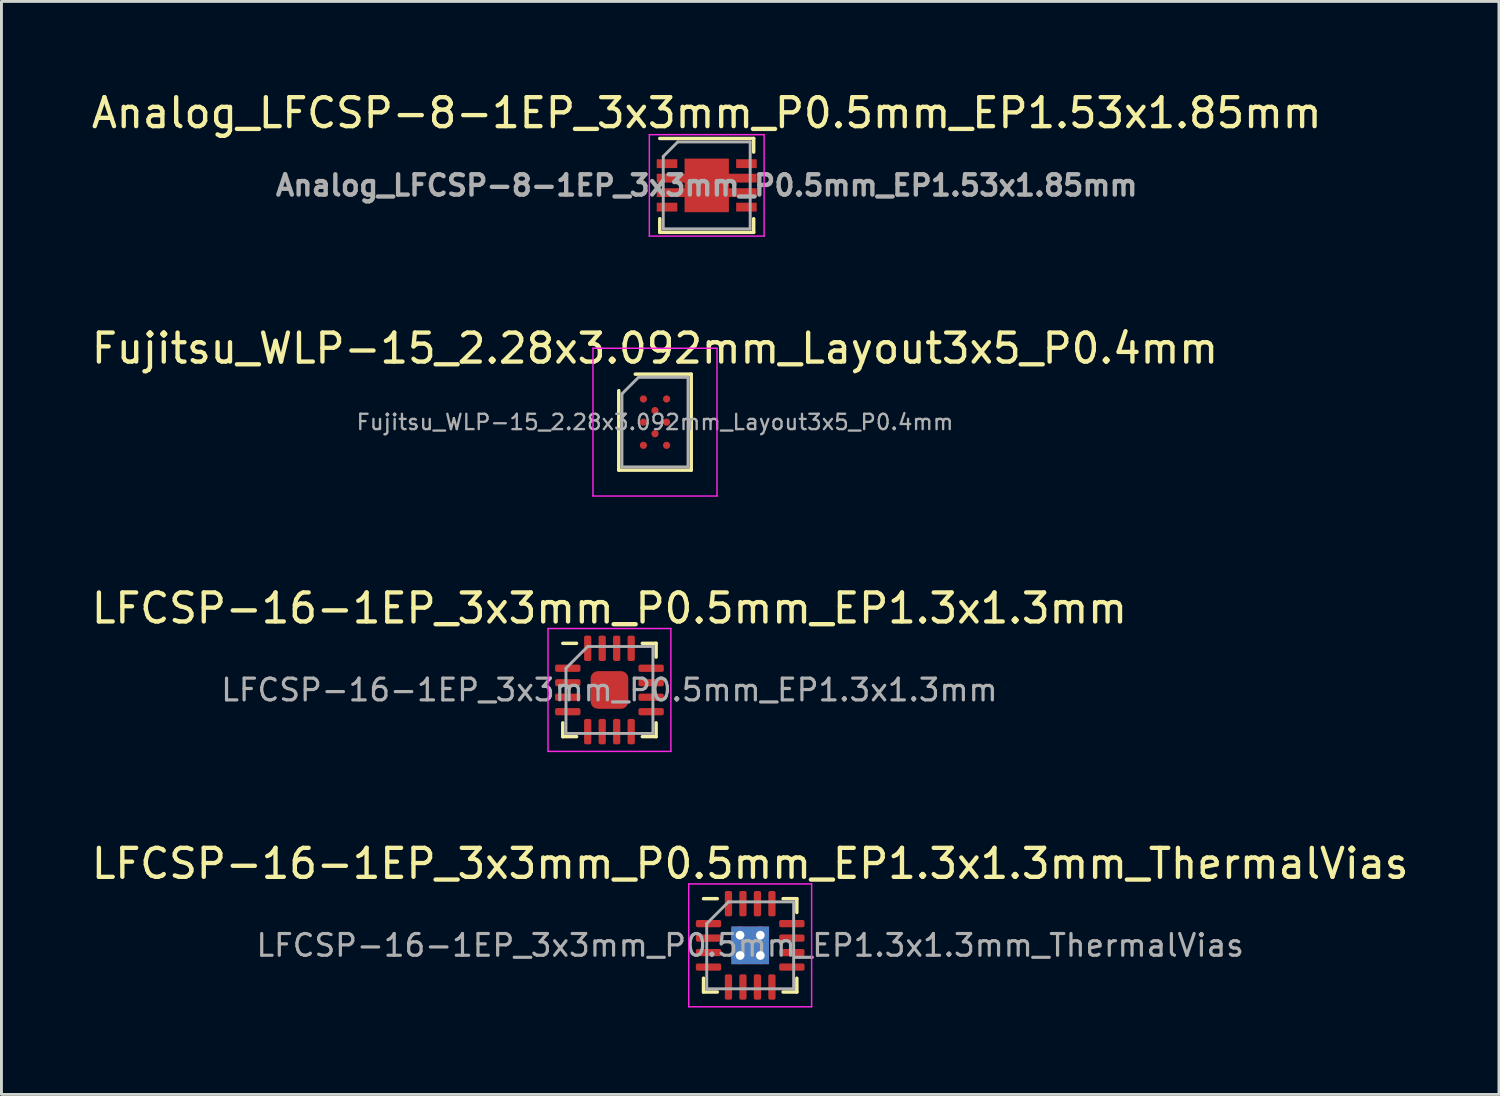
<source format=kicad_pcb>
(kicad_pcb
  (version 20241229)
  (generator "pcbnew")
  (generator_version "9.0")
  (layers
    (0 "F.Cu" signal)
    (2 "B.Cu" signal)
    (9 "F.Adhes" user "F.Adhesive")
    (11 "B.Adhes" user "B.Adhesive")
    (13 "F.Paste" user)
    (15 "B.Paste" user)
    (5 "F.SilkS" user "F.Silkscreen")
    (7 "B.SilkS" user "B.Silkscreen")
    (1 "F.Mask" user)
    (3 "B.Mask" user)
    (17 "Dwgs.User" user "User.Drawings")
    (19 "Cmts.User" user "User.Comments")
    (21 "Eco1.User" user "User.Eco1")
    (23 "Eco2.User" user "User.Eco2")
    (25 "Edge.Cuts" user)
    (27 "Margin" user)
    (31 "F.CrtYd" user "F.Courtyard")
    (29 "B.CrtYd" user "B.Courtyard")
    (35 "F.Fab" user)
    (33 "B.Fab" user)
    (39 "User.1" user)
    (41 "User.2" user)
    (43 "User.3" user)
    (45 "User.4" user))
  (footprint "LFCSP-16-1EP_3x3mm_P0.5mm_EP1.3x1.3mm_ThermalVias"
    (layer "F.Cu")
    (at 22.839 29.574)
    (property "Reference" "LFCSP-16-1EP_3x3mm_P0.5mm_EP1.3x1.3mm_ThermalVias" (at 0 -2.82 0) (layer "F.SilkS") (effects (font (size 1 1) (thickness 0.15))))
    (attr smd)
    (fp_line (start -1.61 1.61) (end -1.61 1.135) (stroke (width 0.12) (type solid)) (layer "F.SilkS"))
    (fp_line (start -1.135 -1.61) (end -1.61 -1.61) (stroke (width 0.12) (type solid)) (layer "F.SilkS"))
    (fp_line (start -1.135 1.61) (end -1.61 1.61) (stroke (width 0.12) (type solid)) (layer "F.SilkS"))
    (fp_line (start 1.135 -1.61) (end 1.61 -1.61) (stroke (width 0.12) (type solid)) (layer "F.SilkS"))
    (fp_line (start 1.135 1.61) (end 1.61 1.61) (stroke (width 0.12) (type solid)) (layer "F.SilkS"))
    (fp_line (start 1.61 -1.61) (end 1.61 -1.135) (stroke (width 0.12) (type solid)) (layer "F.SilkS"))
    (fp_line (start 1.61 1.61) (end 1.61 1.135) (stroke (width 0.12) (type solid)) (layer "F.SilkS"))
    (fp_line (start -2.12 -2.12) (end -2.12 2.12) (stroke (width 0.05) (type solid)) (layer "F.CrtYd"))
    (fp_line (start -2.12 2.12) (end 2.12 2.12) (stroke (width 0.05) (type solid)) (layer "F.CrtYd"))
    (fp_line (start 2.12 -2.12) (end -2.12 -2.12) (stroke (width 0.05) (type solid)) (layer "F.CrtYd"))
    (fp_line (start 2.12 2.12) (end 2.12 -2.12) (stroke (width 0.05) (type solid)) (layer "F.CrtYd"))
    (fp_line (start -1.5 -0.75) (end -0.75 -1.5) (stroke (width 0.1) (type solid)) (layer "F.Fab"))
    (fp_line (start -1.5 1.5) (end -1.5 -0.75) (stroke (width 0.1) (type solid)) (layer "F.Fab"))
    (fp_line (start -0.75 -1.5) (end 1.5 -1.5) (stroke (width 0.1) (type solid)) (layer "F.Fab"))
    (fp_line (start 1.5 -1.5) (end 1.5 1.5) (stroke (width 0.1) (type solid)) (layer "F.Fab"))
    (fp_line (start 1.5 1.5) (end -1.5 1.5) (stroke (width 0.1) (type solid)) (layer "F.Fab"))
    (fp_text user "${REFERENCE}" (at 0 0 0) (layer "F.Fab") (effects (font (size 0.75 0.75) (thickness 0.11))))
    (pad "" smd roundrect (at -0.325 -0.325) (size 0.56 0.56) (layers "F.Paste") (roundrect_rratio 0.25))
    (pad "" smd roundrect (at -0.325 0.325) (size 0.56 0.56) (layers "F.Paste") (roundrect_rratio 0.25))
    (pad "" smd roundrect (at 0.325 -0.325) (size 0.56 0.56) (layers "F.Paste") (roundrect_rratio 0.25))
    (pad "" smd roundrect (at 0.325 0.325) (size 0.56 0.56) (layers "F.Paste") (roundrect_rratio 0.25))
    (pad "1" smd roundrect (at -1.438 -0.75) (size 0.875 0.25) (layers "F.Cu" "F.Mask" "F.Paste") (roundrect_rratio 0.25))
    (pad "2" smd roundrect (at -1.438 -0.25) (size 0.875 0.25) (layers "F.Cu" "F.Mask" "F.Paste") (roundrect_rratio 0.25))
    (pad "3" smd roundrect (at -1.438 0.25) (size 0.875 0.25) (layers "F.Cu" "F.Mask" "F.Paste") (roundrect_rratio 0.25))
    (pad "4" smd roundrect (at -1.438 0.75) (size 0.875 0.25) (layers "F.Cu" "F.Mask" "F.Paste") (roundrect_rratio 0.25))
    (pad "5" smd roundrect (at -0.75 1.438) (size 0.25 0.875) (layers "F.Cu" "F.Mask" "F.Paste") (roundrect_rratio 0.25))
    (pad "6" smd roundrect (at -0.25 1.438) (size 0.25 0.875) (layers "F.Cu" "F.Mask" "F.Paste") (roundrect_rratio 0.25))
    (pad "7" smd roundrect (at 0.25 1.438) (size 0.25 0.875) (layers "F.Cu" "F.Mask" "F.Paste") (roundrect_rratio 0.25))
    (pad "8" smd roundrect (at 0.75 1.438) (size 0.25 0.875) (layers "F.Cu" "F.Mask" "F.Paste") (roundrect_rratio 0.25))
    (pad "9" smd roundrect (at 1.438 0.75) (size 0.875 0.25) (layers "F.Cu" "F.Mask" "F.Paste") (roundrect_rratio 0.25))
    (pad "10" smd roundrect (at 1.438 0.25) (size 0.875 0.25) (layers "F.Cu" "F.Mask" "F.Paste") (roundrect_rratio 0.25))
    (pad "11" smd roundrect (at 1.438 -0.25) (size 0.875 0.25) (layers "F.Cu" "F.Mask" "F.Paste") (roundrect_rratio 0.25))
    (pad "12" smd roundrect (at 1.438 -0.75) (size 0.875 0.25) (layers "F.Cu" "F.Mask" "F.Paste") (roundrect_rratio 0.25))
    (pad "13" smd roundrect (at 0.75 -1.438) (size 0.25 0.875) (layers "F.Cu" "F.Mask" "F.Paste") (roundrect_rratio 0.25))
    (pad "14" smd roundrect (at 0.25 -1.438) (size 0.25 0.875) (layers "F.Cu" "F.Mask" "F.Paste") (roundrect_rratio 0.25))
    (pad "15" smd roundrect (at -0.25 -1.438) (size 0.25 0.875) (layers "F.Cu" "F.Mask" "F.Paste") (roundrect_rratio 0.25))
    (pad "16" smd roundrect (at -0.75 -1.438) (size 0.25 0.875) (layers "F.Cu" "F.Mask" "F.Paste") (roundrect_rratio 0.25))
    (pad "17" thru_hole circle (at -0.35 -0.35) (size 0.6 0.6) (drill 0.3) (layers "*.Cu"))
    (pad "17" thru_hole circle (at -0.35 0.35) (size 0.6 0.6) (drill 0.3) (layers "*.Cu"))
    (pad "17" smd rect (at 0 0) (size 1.3 1.3) (layers "F.Cu" "F.Mask"))
    (pad "17" smd rect (at 0 0) (size 1.3 1.3) (layers "B.Cu"))
    (pad "17" thru_hole circle (at 0.35 -0.35) (size 0.6 0.6) (drill 0.3) (layers "*.Cu"))
    (pad "17" thru_hole circle (at 0.35 0.35) (size 0.6 0.6) (drill 0.3) (layers "*.Cu")))
  (footprint "LFCSP-16-1EP_3x3mm_P0.5mm_EP1.3x1.3mm"
    (layer "F.Cu")
    (at 17.982 20.761)
    (property "Reference" "LFCSP-16-1EP_3x3mm_P0.5mm_EP1.3x1.3mm" (at 0 -2.82 0) (layer "F.SilkS") (effects (font (size 1 1) (thickness 0.15))))
    (attr smd)
    (fp_line (start -1.61 1.61) (end -1.61 1.135) (stroke (width 0.12) (type solid)) (layer "F.SilkS"))
    (fp_line (start -1.135 -1.61) (end -1.61 -1.61) (stroke (width 0.12) (type solid)) (layer "F.SilkS"))
    (fp_line (start -1.135 1.61) (end -1.61 1.61) (stroke (width 0.12) (type solid)) (layer "F.SilkS"))
    (fp_line (start 1.135 -1.61) (end 1.61 -1.61) (stroke (width 0.12) (type solid)) (layer "F.SilkS"))
    (fp_line (start 1.135 1.61) (end 1.61 1.61) (stroke (width 0.12) (type solid)) (layer "F.SilkS"))
    (fp_line (start 1.61 -1.61) (end 1.61 -1.135) (stroke (width 0.12) (type solid)) (layer "F.SilkS"))
    (fp_line (start 1.61 1.61) (end 1.61 1.135) (stroke (width 0.12) (type solid)) (layer "F.SilkS"))
    (fp_line (start -2.12 -2.12) (end -2.12 2.12) (stroke (width 0.05) (type solid)) (layer "F.CrtYd"))
    (fp_line (start -2.12 2.12) (end 2.12 2.12) (stroke (width 0.05) (type solid)) (layer "F.CrtYd"))
    (fp_line (start 2.12 -2.12) (end -2.12 -2.12) (stroke (width 0.05) (type solid)) (layer "F.CrtYd"))
    (fp_line (start 2.12 2.12) (end 2.12 -2.12) (stroke (width 0.05) (type solid)) (layer "F.CrtYd"))
    (fp_line (start -1.5 -0.75) (end -0.75 -1.5) (stroke (width 0.1) (type solid)) (layer "F.Fab"))
    (fp_line (start -1.5 1.5) (end -1.5 -0.75) (stroke (width 0.1) (type solid)) (layer "F.Fab"))
    (fp_line (start -0.75 -1.5) (end 1.5 -1.5) (stroke (width 0.1) (type solid)) (layer "F.Fab"))
    (fp_line (start 1.5 -1.5) (end 1.5 1.5) (stroke (width 0.1) (type solid)) (layer "F.Fab"))
    (fp_line (start 1.5 1.5) (end -1.5 1.5) (stroke (width 0.1) (type solid)) (layer "F.Fab"))
    (fp_text user "${REFERENCE}" (at 0 0 0) (layer "F.Fab") (effects (font (size 0.75 0.75) (thickness 0.11))))
    (pad "" smd roundrect (at -0.325 -0.325) (size 0.52 0.52) (layers "F.Paste") (roundrect_rratio 0.25))
    (pad "" smd roundrect (at -0.325 0.325) (size 0.52 0.52) (layers "F.Paste") (roundrect_rratio 0.25))
    (pad "" smd roundrect (at 0.325 -0.325) (size 0.52 0.52) (layers "F.Paste") (roundrect_rratio 0.25))
    (pad "" smd roundrect (at 0.325 0.325) (size 0.52 0.52) (layers "F.Paste") (roundrect_rratio 0.25))
    (pad "1" smd roundrect (at -1.438 -0.75) (size 0.875 0.25) (layers "F.Cu" "F.Mask" "F.Paste") (roundrect_rratio 0.25))
    (pad "2" smd roundrect (at -1.438 -0.25) (size 0.875 0.25) (layers "F.Cu" "F.Mask" "F.Paste") (roundrect_rratio 0.25))
    (pad "3" smd roundrect (at -1.438 0.25) (size 0.875 0.25) (layers "F.Cu" "F.Mask" "F.Paste") (roundrect_rratio 0.25))
    (pad "4" smd roundrect (at -1.438 0.75) (size 0.875 0.25) (layers "F.Cu" "F.Mask" "F.Paste") (roundrect_rratio 0.25))
    (pad "5" smd roundrect (at -0.75 1.438) (size 0.25 0.875) (layers "F.Cu" "F.Mask" "F.Paste") (roundrect_rratio 0.25))
    (pad "6" smd roundrect (at -0.25 1.438) (size 0.25 0.875) (layers "F.Cu" "F.Mask" "F.Paste") (roundrect_rratio 0.25))
    (pad "7" smd roundrect (at 0.25 1.438) (size 0.25 0.875) (layers "F.Cu" "F.Mask" "F.Paste") (roundrect_rratio 0.25))
    (pad "8" smd roundrect (at 0.75 1.438) (size 0.25 0.875) (layers "F.Cu" "F.Mask" "F.Paste") (roundrect_rratio 0.25))
    (pad "9" smd roundrect (at 1.438 0.75) (size 0.875 0.25) (layers "F.Cu" "F.Mask" "F.Paste") (roundrect_rratio 0.25))
    (pad "10" smd roundrect (at 1.438 0.25) (size 0.875 0.25) (layers "F.Cu" "F.Mask" "F.Paste") (roundrect_rratio 0.25))
    (pad "11" smd roundrect (at 1.438 -0.25) (size 0.875 0.25) (layers "F.Cu" "F.Mask" "F.Paste") (roundrect_rratio 0.25))
    (pad "12" smd roundrect (at 1.438 -0.75) (size 0.875 0.25) (layers "F.Cu" "F.Mask" "F.Paste") (roundrect_rratio 0.25))
    (pad "13" smd roundrect (at 0.75 -1.438) (size 0.25 0.875) (layers "F.Cu" "F.Mask" "F.Paste") (roundrect_rratio 0.25))
    (pad "14" smd roundrect (at 0.25 -1.438) (size 0.25 0.875) (layers "F.Cu" "F.Mask" "F.Paste") (roundrect_rratio 0.25))
    (pad "15" smd roundrect (at -0.25 -1.438) (size 0.25 0.875) (layers "F.Cu" "F.Mask" "F.Paste") (roundrect_rratio 0.25))
    (pad "16" smd roundrect (at -0.75 -1.438) (size 0.25 0.875) (layers "F.Cu" "F.Mask" "F.Paste") (roundrect_rratio 0.25))
    (pad "17" smd roundrect (at 0 0) (size 1.3 1.3) (layers "F.Cu" "F.Mask") (roundrect_rratio 0.192)))
  (footprint "Fujitsu_WLP-15_2.28x3.092mm_Layout3x5_P0.4mm"
    (layer "F.Cu")
    (at 19.554 11.518)
    (property "Reference" "Fujitsu_WLP-15_2.28x3.092mm_Layout3x5_P0.4mm" (at 0 -2.546 0) (layer "F.SilkS") (effects (font (size 1 1) (thickness 0.15))))
    (attr smd)
    (fp_line (start -1.25 1.656) (end -1.25 -1.086) (stroke (width 0.12) (type solid)) (layer "F.SilkS"))
    (fp_line (start -0.68 -1.656) (end 1.25 -1.656) (stroke (width 0.12) (type solid)) (layer "F.SilkS"))
    (fp_line (start 1.25 -1.656) (end 1.25 1.656) (stroke (width 0.12) (type solid)) (layer "F.SilkS"))
    (fp_line (start 1.25 1.656) (end -1.25 1.656) (stroke (width 0.12) (type solid)) (layer "F.SilkS"))
    (fp_line (start -2.14 -2.55) (end -2.14 2.55) (stroke (width 0.05) (type solid)) (layer "F.CrtYd"))
    (fp_line (start -2.14 2.55) (end 2.14 2.55) (stroke (width 0.05) (type solid)) (layer "F.CrtYd"))
    (fp_line (start 2.14 -2.55) (end -2.14 -2.55) (stroke (width 0.05) (type solid)) (layer "F.CrtYd"))
    (fp_line (start 2.14 2.55) (end 2.14 -2.55) (stroke (width 0.05) (type solid)) (layer "F.CrtYd"))
    (fp_line (start -1.14 -0.976) (end -0.57 -1.546) (stroke (width 0.1) (type solid)) (layer "F.Fab"))
    (fp_line (start -1.14 1.546) (end -1.14 -0.976) (stroke (width 0.1) (type solid)) (layer "F.Fab"))
    (fp_line (start -0.57 -1.546) (end 1.14 -1.546) (stroke (width 0.1) (type solid)) (layer "F.Fab"))
    (fp_line (start 1.14 -1.546) (end 1.14 1.546) (stroke (width 0.1) (type solid)) (layer "F.Fab"))
    (fp_line (start 1.14 1.546) (end -1.14 1.546) (stroke (width 0.1) (type solid)) (layer "F.Fab"))
    (fp_text user "${REFERENCE}" (at 0 0 0) (layer "F.Fab") (effects (font (size 0.53 0.53) (thickness 0.08))))
    (pad "A1" smd circle (at -0.4 -0.8) (size 0.25 0.25) (layers "F.Cu" "F.Mask" "F.Paste"))
    (pad "A3" smd circle (at 0.4 -0.8) (size 0.25 0.25) (layers "F.Cu" "F.Mask" "F.Paste"))
    (pad "B2" smd circle (at 0 -0.4) (size 0.25 0.25) (layers "F.Cu" "F.Mask" "F.Paste"))
    (pad "C1" smd circle (at -0.4 0) (size 0.25 0.25) (layers "F.Cu" "F.Mask" "F.Paste"))
    (pad "C3" smd circle (at 0.4 0) (size 0.25 0.25) (layers "F.Cu" "F.Mask" "F.Paste"))
    (pad "D2" smd circle (at 0 0.4) (size 0.25 0.25) (layers "F.Cu" "F.Mask" "F.Paste"))
    (pad "E1" smd circle (at -0.4 0.8) (size 0.25 0.25) (layers "F.Cu" "F.Mask" "F.Paste"))
    (pad "E3" smd circle (at 0.4 0.8) (size 0.25 0.25) (layers "F.Cu" "F.Mask" "F.Paste")))
  (footprint "Analog_LFCSP-8-1EP_3x3mm_P0.5mm_EP1.53x1.85mm"
    (layer "F.Cu")
    (at 21.339 3.348)
    (property "Reference" "Analog_LFCSP-8-1EP_3x3mm_P0.5mm_EP1.53x1.85mm" (at 0 -2.5 0) (layer "F.SilkS") (effects (font (size 1 1) (thickness 0.15))))
    (attr smd)
    (fp_line (start -1.62 1.62) (end -1.62 1.15) (stroke (width 0.12) (type solid)) (layer "F.SilkS"))
    (fp_line (start 1.62 -1.62) (end -1.62 -1.62) (stroke (width 0.12) (type solid)) (layer "F.SilkS"))
    (fp_line (start 1.62 -1.62) (end 1.62 -1.15) (stroke (width 0.12) (type solid)) (layer "F.SilkS"))
    (fp_line (start 1.62 1.15) (end 1.62 1.62) (stroke (width 0.12) (type solid)) (layer "F.SilkS"))
    (fp_line (start 1.62 1.62) (end -1.62 1.62) (stroke (width 0.12) (type solid)) (layer "F.SilkS"))
    (fp_line (start -1.98 -1.75) (end 1.98 -1.75) (stroke (width 0.05) (type solid)) (layer "F.CrtYd"))
    (fp_line (start -1.98 1.75) (end -1.98 -1.75) (stroke (width 0.05) (type solid)) (layer "F.CrtYd"))
    (fp_line (start 1.98 -1.75) (end 1.98 1.75) (stroke (width 0.05) (type solid)) (layer "F.CrtYd"))
    (fp_line (start 1.98 1.75) (end -1.98 1.75) (stroke (width 0.05) (type solid)) (layer "F.CrtYd"))
    (fp_line (start -1.5 -1) (end -1.5 1.5) (stroke (width 0.1) (type solid)) (layer "F.Fab"))
    (fp_line (start -1 -1.5) (end -1.5 -1) (stroke (width 0.1) (type solid)) (layer "F.Fab"))
    (fp_line (start -1 -1.5) (end 1.5 -1.5) (stroke (width 0.1) (type solid)) (layer "F.Fab"))
    (fp_line (start 1.5 1.5) (end -1.5 1.5) (stroke (width 0.1) (type solid)) (layer "F.Fab"))
    (fp_line (start 1.5 1.5) (end 1.5 -1.5) (stroke (width 0.1) (type solid)) (layer "F.Fab"))
    (fp_text user "${REFERENCE}" (at 0 0 180) (layer "F.Fab") (effects (font (size 0.7 0.7) (thickness 0.15))))
    (pad "" smd rect (at -1.37 -0.25) (size 0.71 0.305) (layers "F.Mask" "F.Paste"))
    (pad "" smd rect (at -1.37 0.25) (size 0.71 0.305) (layers "F.Mask" "F.Paste"))
    (pad "" smd rect (at 0 0) (size 1.2 1.55) (layers "F.Paste"))
    (pad "" smd rect (at 1.37 -0.25) (size 0.71 0.305) (layers "F.Mask" "F.Paste"))
    (pad "" smd rect (at 1.37 0.25) (size 0.71 0.305) (layers "F.Mask" "F.Paste"))
    (pad "1" smd rect (at -1.37 -0.75) (size 0.71 0.305) (layers "F.Cu" "F.Mask" "F.Paste"))
    (pad "2" smd rect (at 0 -0.25) (size 3.45 0.305) (layers "F.Cu"))
    (pad "2" smd rect (at 0 0) (size 1.53 1.85) (layers "F.Cu" "F.Mask"))
    (pad "2" smd rect (at 0 0.25) (size 3.45 0.305) (layers "F.Cu"))
    (pad "4" smd rect (at -1.37 0.75) (size 0.71 0.305) (layers "F.Cu" "F.Mask" "F.Paste"))
    (pad "5" smd rect (at 1.37 0.75) (size 0.71 0.305) (layers "F.Cu" "F.Mask" "F.Paste"))
    (pad "8" smd rect (at 1.37 -0.75) (size 0.71 0.305) (layers "F.Cu" "F.Mask" "F.Paste")))
  (gr_rect
    (start -3 -3)
    (end 48.679 34.719)
    (stroke (width 0.1) (type default))
    (fill no)
    (layer "Edge.Cuts")))
</source>
